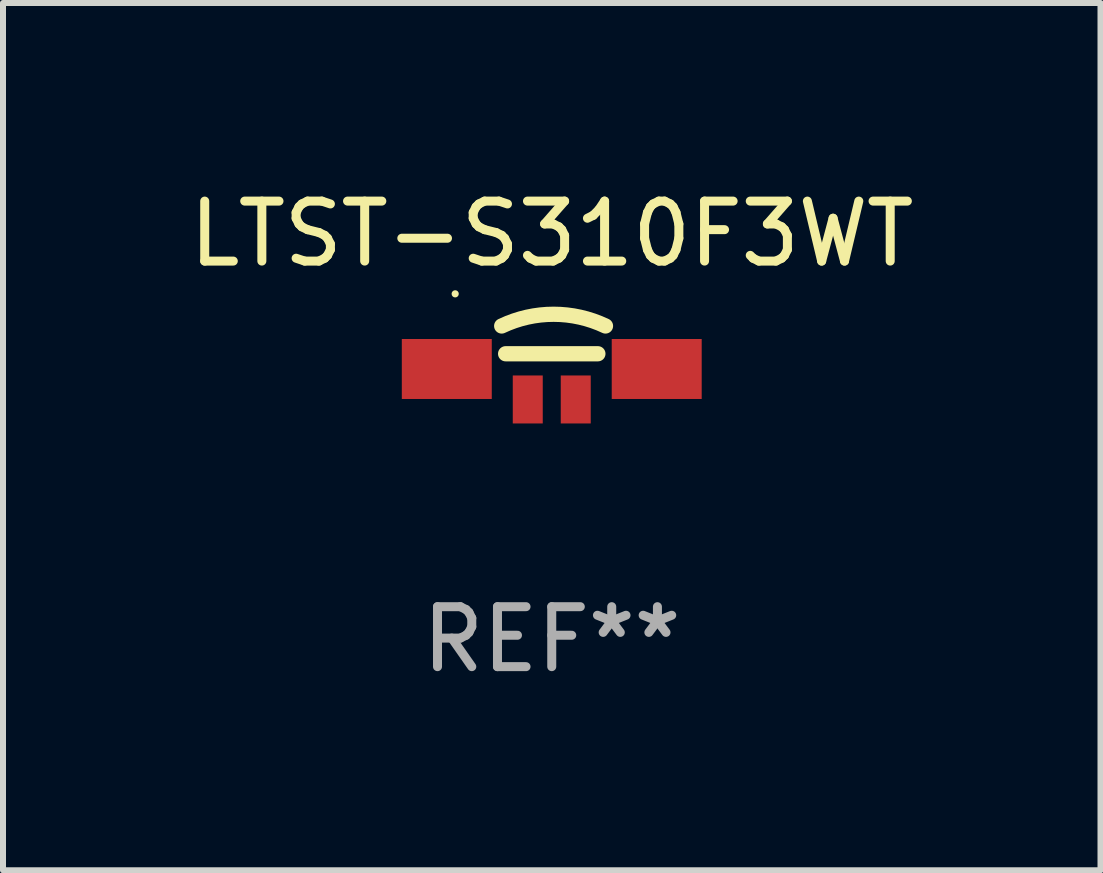
<source format=kicad_pcb>
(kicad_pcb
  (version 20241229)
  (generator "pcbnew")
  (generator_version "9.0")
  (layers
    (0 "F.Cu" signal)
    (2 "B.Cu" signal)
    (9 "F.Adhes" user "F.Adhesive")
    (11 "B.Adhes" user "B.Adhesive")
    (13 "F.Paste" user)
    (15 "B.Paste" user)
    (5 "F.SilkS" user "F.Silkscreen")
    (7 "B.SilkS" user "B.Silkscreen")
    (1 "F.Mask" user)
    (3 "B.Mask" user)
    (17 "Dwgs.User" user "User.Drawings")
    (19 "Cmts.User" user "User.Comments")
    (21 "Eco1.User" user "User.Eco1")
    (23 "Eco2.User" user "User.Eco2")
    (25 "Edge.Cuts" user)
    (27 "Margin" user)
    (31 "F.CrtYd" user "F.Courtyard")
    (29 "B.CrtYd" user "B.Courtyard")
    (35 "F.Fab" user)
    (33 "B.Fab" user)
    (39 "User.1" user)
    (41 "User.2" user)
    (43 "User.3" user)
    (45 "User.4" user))
  (footprint "LTST-S310F3WT"
    (layer "F.Cu")
    (at 6.149 3.229)
    (property "Reference" "LTST-S310F3WT" (at 0 -2.381 0) (layer "F.SilkS") (effects (font (size 1 1) (thickness 0.15))))
    (attr through_hole)
    (fp_line (start -0.769 -0.381) (end 0.769 -0.381) (stroke (width 0.254) (type solid)) (layer "F.SilkS"))
    (fp_arc (start -0.834671 -0.844348) (mid 0.030505 -1.039544) (end 0.895681 -0.844348) (stroke (width 0.254001) (type solid)) (layer "F.SilkS"))
    (fp_circle (center -1.61 -1.38) (end -1.58 -1.38) (stroke (width 0.06) (type solid)) (fill no) (layer "F.SilkS"))
    (fp_text user "REF**" (at 0 4.381 0) (layer "F.Fab") (effects (font (size 1 1) (thickness 0.15))))
    (pad "1" smd rect (at -1.75 -0.127 90) (size 1 1.5) (layers "F.Cu" "F.Mask" "F.Paste"))
    (pad "2" smd rect (at -0.4 0.381 270) (size 0.8 0.5) (layers "F.Cu" "F.Mask" "F.Paste"))
    (pad "3" smd rect (at 0.4 0.381 270) (size 0.8 0.5) (layers "F.Cu" "F.Mask" "F.Paste"))
    (pad "4" smd rect (at 1.75 -0.127 90) (size 1 1.5) (layers "F.Cu" "F.Mask" "F.Paste")))
  (gr_rect
    (start -3 -3)
    (end 15.298 11.459)
    (stroke (width 0.1) (type default))
    (fill no)
    (layer "Edge.Cuts")))
</source>
